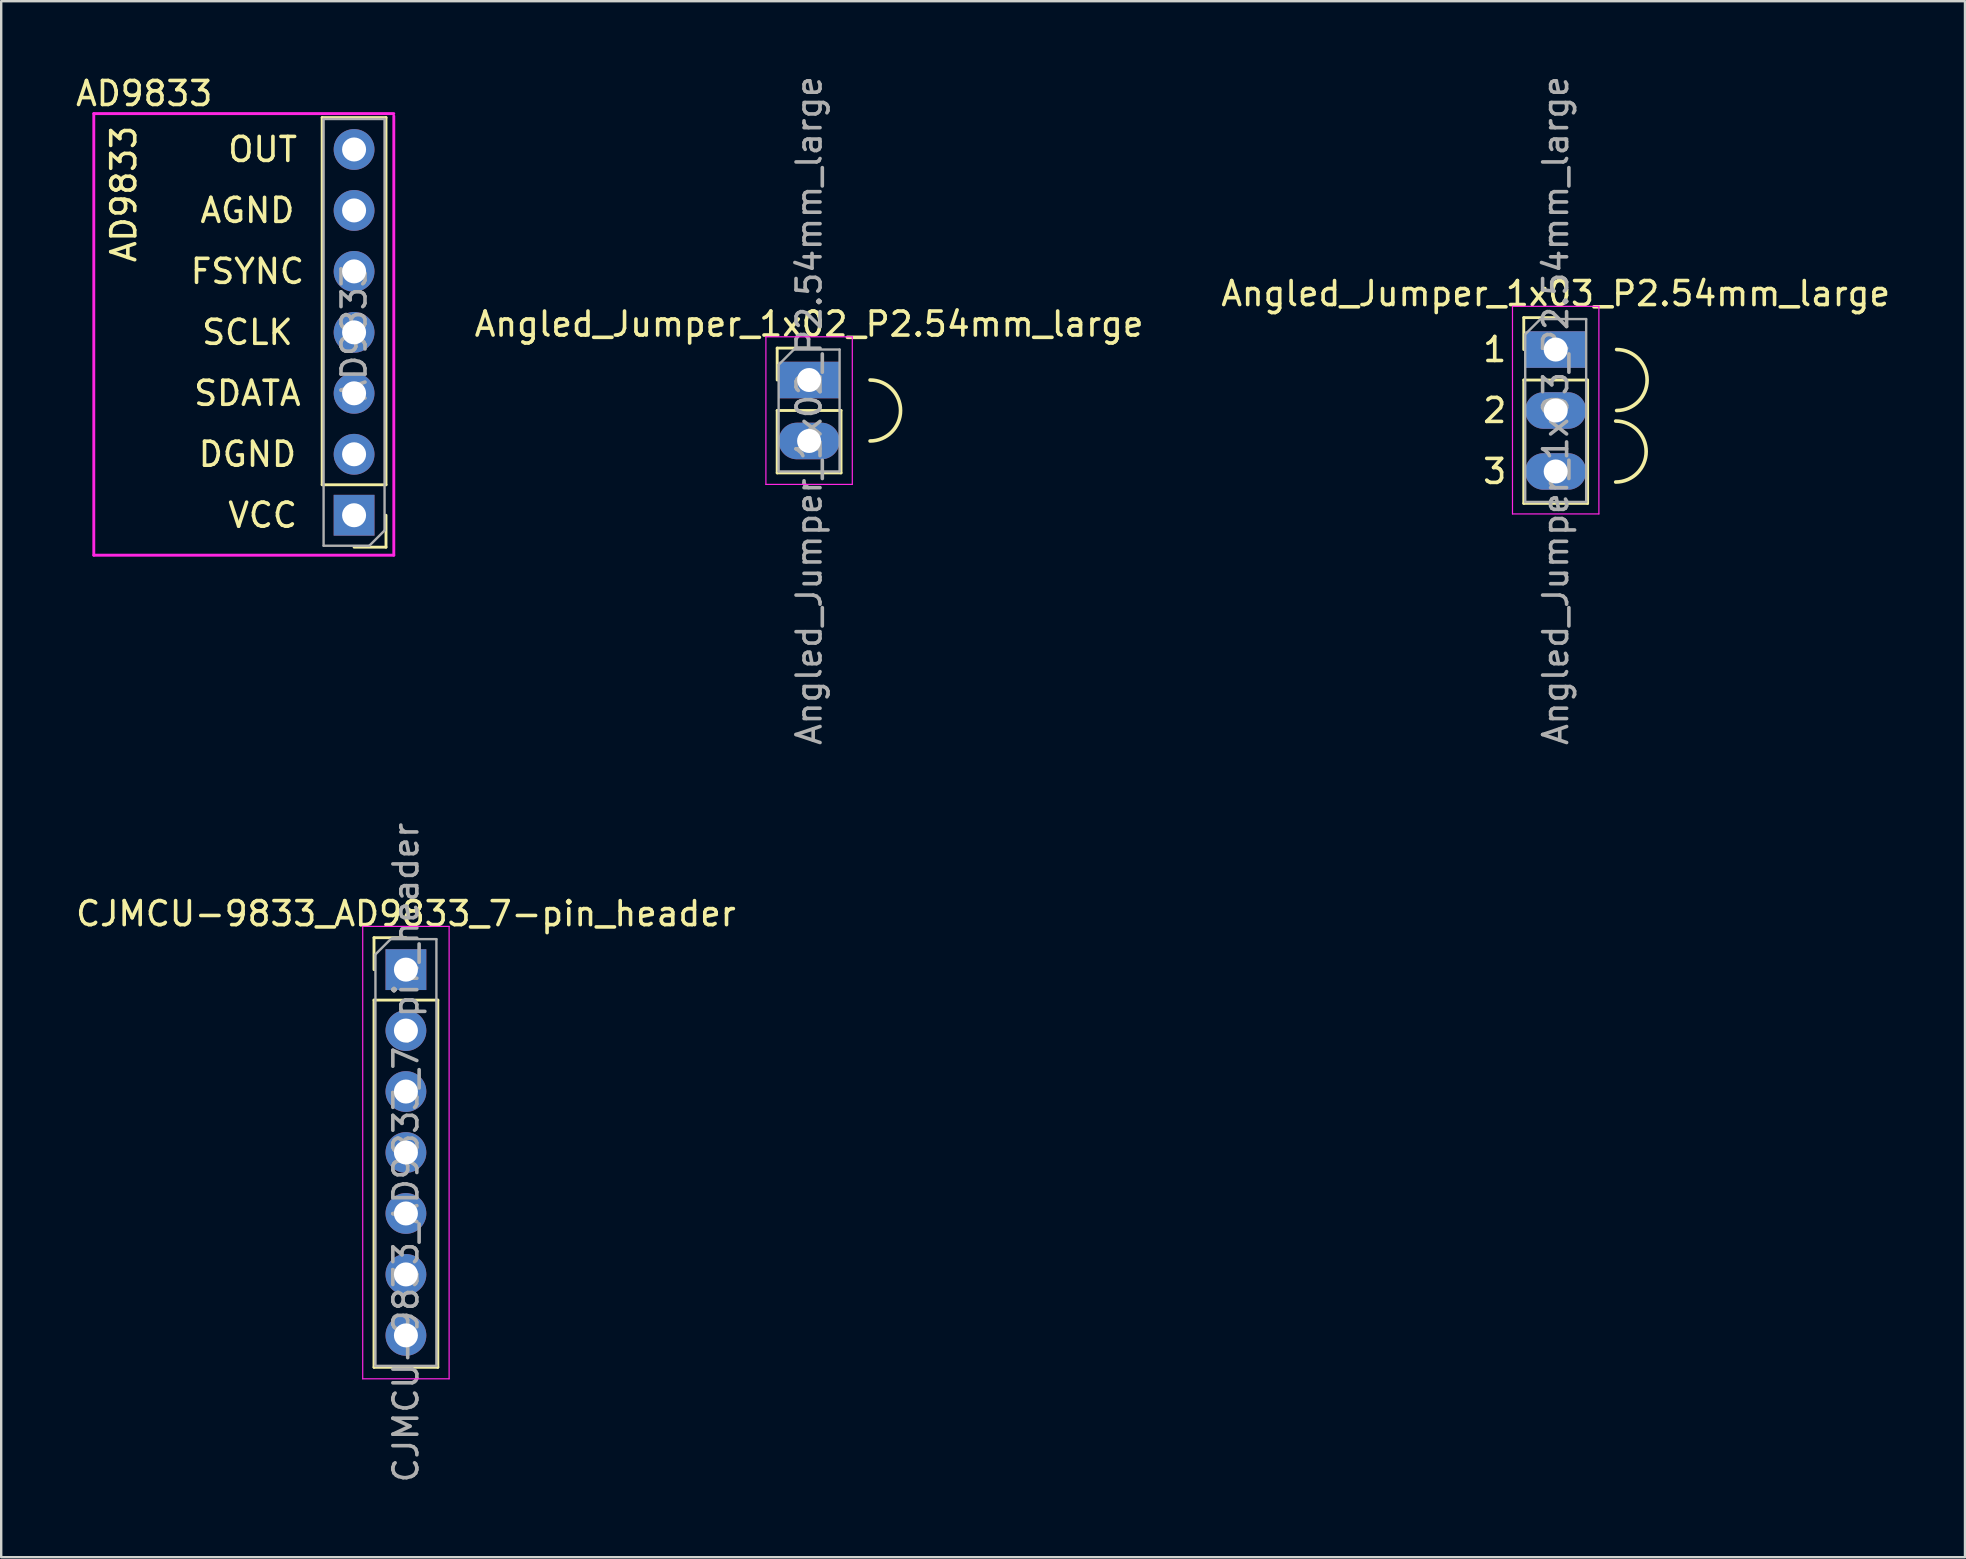
<source format=kicad_pcb>
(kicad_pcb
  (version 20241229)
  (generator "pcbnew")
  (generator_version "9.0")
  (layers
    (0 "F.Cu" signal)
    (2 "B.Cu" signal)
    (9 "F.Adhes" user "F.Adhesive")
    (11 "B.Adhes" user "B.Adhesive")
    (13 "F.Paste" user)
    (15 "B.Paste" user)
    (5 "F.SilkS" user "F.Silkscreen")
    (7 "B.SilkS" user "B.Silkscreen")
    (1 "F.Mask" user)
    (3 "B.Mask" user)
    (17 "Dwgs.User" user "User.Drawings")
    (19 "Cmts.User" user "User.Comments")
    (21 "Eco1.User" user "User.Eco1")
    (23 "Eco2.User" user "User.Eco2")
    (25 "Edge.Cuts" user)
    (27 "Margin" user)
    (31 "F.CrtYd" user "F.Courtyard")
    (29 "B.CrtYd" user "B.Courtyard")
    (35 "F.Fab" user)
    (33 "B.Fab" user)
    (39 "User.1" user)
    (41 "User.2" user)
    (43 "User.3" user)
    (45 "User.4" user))
  (footprint "AD9833"
    (layer "F.Cu")
    (at 13.358 1.783)
    (property "Reference" "AD9833" (at -10.4 -0.935 0) (layer "F.SilkS") (effects (font (size 1 1) (thickness 0.15))))
    (attr through_hole)
    (fp_line (start -2.985 15.365) (end -2.985 0.065) (stroke (width 0.12) (type solid)) (layer "F.SilkS"))
    (fp_line (start -0.325 0.065) (end -2.985 0.065) (stroke (width 0.12) (type solid)) (layer "F.SilkS"))
    (fp_line (start -0.325 15.365) (end -2.985 15.365) (stroke (width 0.12) (type solid)) (layer "F.SilkS"))
    (fp_line (start -0.325 15.365) (end -0.325 0.065) (stroke (width 0.12) (type solid)) (layer "F.SilkS"))
    (fp_line (start -0.325 16.635) (end -0.325 17.965) (stroke (width 0.12) (type solid)) (layer "F.SilkS"))
    (fp_line (start -0.325 17.965) (end -1.655 17.965) (stroke (width 0.12) (type solid)) (layer "F.SilkS"))
    (fp_line (start -12.5 -0.1) (end 0 -0.1) (stroke (width 0.12) (type solid)) (layer "F.CrtYd"))
    (fp_line (start -12.5 18.3) (end -12.5 -0.1) (stroke (width 0.12) (type solid)) (layer "F.CrtYd"))
    (fp_line (start 0 0) (end 0 18.3) (stroke (width 0.12) (type solid)) (layer "F.CrtYd"))
    (fp_line (start 0 18.3) (end -12.5 18.3) (stroke (width 0.12) (type solid)) (layer "F.CrtYd"))
    (fp_line (start -2.925 0.125) (end -0.385 0.125) (stroke (width 0.1) (type solid)) (layer "F.Fab"))
    (fp_line (start -2.925 17.905) (end -2.925 0.125) (stroke (width 0.1) (type solid)) (layer "F.Fab"))
    (fp_line (start -1.02 17.905) (end -2.925 17.905) (stroke (width 0.1) (type solid)) (layer "F.Fab"))
    (fp_line (start -0.385 0.125) (end -0.385 17.27) (stroke (width 0.1) (type solid)) (layer "F.Fab"))
    (fp_line (start -0.385 17.27) (end -1.02 17.905) (stroke (width 0.1) (type solid)) (layer "F.Fab"))
    (fp_text user "SCLK" (at -6.1 9.015 0) (layer "F.SilkS") (effects (font (size 1 1) (thickness 0.15))))
    (fp_text user "OUT" (at -5.465 1.395 0) (layer "F.SilkS") (effects (font (size 1 1) (thickness 0.15))))
    (fp_text user "SDATA" (at -6.1 11.555 0) (layer "F.SilkS") (effects (font (size 1 1) (thickness 0.15))))
    (fp_text user "AD9833" (at -11.25 3.25 90) (layer "F.SilkS") (effects (font (size 1 1) (thickness 0.15))))
    (fp_text user "VCC" (at -5.465 16.635 0) (layer "F.SilkS") (effects (font (size 1 1) (thickness 0.15))))
    (fp_text user "DGND" (at -6.1 14.095 0) (layer "F.SilkS") (effects (font (size 1 1) (thickness 0.15))))
    (fp_text user "AGND" (at -6.1 3.935 0) (layer "F.SilkS") (effects (font (size 1 1) (thickness 0.15))))
    (fp_text user "FSYNC" (at -6.1 6.475 0) (layer "F.SilkS") (effects (font (size 1 1) (thickness 0.15))))
    (fp_text user "${REFERENCE}" (at -1.655 9.015 270) (layer "F.Fab") (effects (font (size 1 1) (thickness 0.15))))
    (pad "1" thru_hole rect (at -1.655 16.635 180) (size 1.7 1.7) (drill 1) (layers "*.Cu" "*.Mask"))
    (pad "2" thru_hole oval (at -1.655 14.095 180) (size 1.7 1.7) (drill 1) (layers "*.Cu" "*.Mask"))
    (pad "3" thru_hole oval (at -1.655 11.555 180) (size 1.7 1.7) (drill 1) (layers "*.Cu" "*.Mask"))
    (pad "4" thru_hole oval (at -1.655 9.015 180) (size 1.7 1.7) (drill 1) (layers "*.Cu" "*.Mask"))
    (pad "5" thru_hole oval (at -1.655 6.475 180) (size 1.7 1.7) (drill 1) (layers "*.Cu" "*.Mask"))
    (pad "6" thru_hole oval (at -1.655 3.935 180) (size 1.7 1.7) (drill 1) (layers "*.Cu" "*.Mask"))
    (pad "7" thru_hole oval (at -1.655 1.395 180) (size 1.7 1.7) (drill 1) (layers "*.Cu" "*.Mask")))
  (footprint "Angled_Jumper_1x02_P2.54mm_large"
    (layer "F.Cu")
    (at 30.662 12.784)
    (property "Reference" "Angled_Jumper_1x02_P2.54mm_large" (at 0 -2.33 0) (layer "F.SilkS") (effects (font (size 1 1) (thickness 0.15))))
    (attr through_hole)
    (fp_line (start -1.33 -1.33) (end 0 -1.33) (stroke (width 0.12) (type solid)) (layer "F.SilkS"))
    (fp_line (start -1.33 0) (end -1.33 -1.33) (stroke (width 0.12) (type solid)) (layer "F.SilkS"))
    (fp_line (start -1.33 1.27) (end -1.33 3.87) (stroke (width 0.12) (type solid)) (layer "F.SilkS"))
    (fp_line (start -1.33 1.27) (end 1.33 1.27) (stroke (width 0.12) (type solid)) (layer "F.SilkS"))
    (fp_line (start -1.33 3.87) (end 1.33 3.87) (stroke (width 0.12) (type solid)) (layer "F.SilkS"))
    (fp_line (start 1.33 1.27) (end 1.33 3.87) (stroke (width 0.12) (type solid)) (layer "F.SilkS"))
    (fp_arc (start 2.54 0) (mid 3.81 1.27) (end 2.54 2.54) (stroke (width 0.15) (type solid)) (layer "F.SilkS"))
    (fp_line (start -1.8 -1.8) (end -1.8 4.35) (stroke (width 0.05) (type solid)) (layer "F.CrtYd"))
    (fp_line (start -1.8 4.35) (end 1.8 4.35) (stroke (width 0.05) (type solid)) (layer "F.CrtYd"))
    (fp_line (start 1.8 -1.8) (end -1.8 -1.8) (stroke (width 0.05) (type solid)) (layer "F.CrtYd"))
    (fp_line (start 1.8 4.35) (end 1.8 -1.8) (stroke (width 0.05) (type solid)) (layer "F.CrtYd"))
    (fp_line (start -1.27 -0.635) (end -0.635 -1.27) (stroke (width 0.1) (type solid)) (layer "F.Fab"))
    (fp_line (start -1.27 3.81) (end -1.27 -0.635) (stroke (width 0.1) (type solid)) (layer "F.Fab"))
    (fp_line (start -0.635 -1.27) (end 1.27 -1.27) (stroke (width 0.1) (type solid)) (layer "F.Fab"))
    (fp_line (start 1.27 -1.27) (end 1.27 3.81) (stroke (width 0.1) (type solid)) (layer "F.Fab"))
    (fp_line (start 1.27 3.81) (end -1.27 3.81) (stroke (width 0.1) (type solid)) (layer "F.Fab"))
    (fp_text user "${REFERENCE}" (at 0 1.27 90) (layer "F.Fab") (effects (font (size 1 1) (thickness 0.15))))
    (pad "1" thru_hole rect (at 0 0) (size 2.54 1.524) (drill 1) (layers "*.Cu" "*.Mask"))
    (pad "2" thru_hole oval (at 0 2.54) (size 2.54 1.524) (drill 1) (layers "*.Cu" "*.Mask")))
  (footprint "CJMCU-9833_AD9833_7-pin_header"
    (layer "F.Cu")
    (at 13.863 37.35)
    (property "Reference" "CJMCU-9833_AD9833_7-pin_header" (at 0 -2.33 0) (layer "F.SilkS") (effects (font (size 1 1) (thickness 0.15))))
    (attr through_hole)
    (fp_line (start -1.33 -1.33) (end 0 -1.33) (stroke (width 0.12) (type solid)) (layer "F.SilkS"))
    (fp_line (start -1.33 0) (end -1.33 -1.33) (stroke (width 0.12) (type solid)) (layer "F.SilkS"))
    (fp_line (start -1.33 1.27) (end -1.33 16.57) (stroke (width 0.12) (type solid)) (layer "F.SilkS"))
    (fp_line (start -1.33 1.27) (end 1.33 1.27) (stroke (width 0.12) (type solid)) (layer "F.SilkS"))
    (fp_line (start -1.33 16.57) (end 1.33 16.57) (stroke (width 0.12) (type solid)) (layer "F.SilkS"))
    (fp_line (start 1.33 1.27) (end 1.33 16.57) (stroke (width 0.12) (type solid)) (layer "F.SilkS"))
    (fp_line (start -1.8 -1.8) (end -1.8 17.05) (stroke (width 0.05) (type solid)) (layer "F.CrtYd"))
    (fp_line (start -1.8 17.05) (end 1.8 17.05) (stroke (width 0.05) (type solid)) (layer "F.CrtYd"))
    (fp_line (start 1.8 -1.8) (end -1.8 -1.8) (stroke (width 0.05) (type solid)) (layer "F.CrtYd"))
    (fp_line (start 1.8 17.05) (end 1.8 -1.8) (stroke (width 0.05) (type solid)) (layer "F.CrtYd"))
    (fp_line (start -1.27 -0.635) (end -0.635 -1.27) (stroke (width 0.1) (type solid)) (layer "F.Fab"))
    (fp_line (start -1.27 16.51) (end -1.27 -0.635) (stroke (width 0.1) (type solid)) (layer "F.Fab"))
    (fp_line (start -0.635 -1.27) (end 1.27 -1.27) (stroke (width 0.1) (type solid)) (layer "F.Fab"))
    (fp_line (start 1.27 -1.27) (end 1.27 16.51) (stroke (width 0.1) (type solid)) (layer "F.Fab"))
    (fp_line (start 1.27 16.51) (end -1.27 16.51) (stroke (width 0.1) (type solid)) (layer "F.Fab"))
    (fp_text user "${REFERENCE}" (at 0 7.62 90) (layer "F.Fab") (effects (font (size 1 1) (thickness 0.15))))
    (pad "1" thru_hole rect (at 0 0) (size 1.7 1.7) (drill 1) (layers "*.Cu" "*.Mask"))
    (pad "2" thru_hole oval (at 0 2.54) (size 1.7 1.7) (drill 1) (layers "*.Cu" "*.Mask"))
    (pad "3" thru_hole oval (at 0 5.08) (size 1.7 1.7) (drill 1) (layers "*.Cu" "*.Mask"))
    (pad "4" thru_hole oval (at 0 7.62) (size 1.7 1.7) (drill 1) (layers "*.Cu" "*.Mask"))
    (pad "5" thru_hole oval (at 0 10.16) (size 1.7 1.7) (drill 1) (layers "*.Cu" "*.Mask"))
    (pad "6" thru_hole oval (at 0 12.7) (size 1.7 1.7) (drill 1) (layers "*.Cu" "*.Mask"))
    (pad "7" thru_hole oval (at 0 15.24) (size 1.7 1.7) (drill 1) (layers "*.Cu" "*.Mask")))
  (footprint "Angled_Jumper_1x03_P2.54mm_large"
    (layer "F.Cu")
    (at 61.769 11.514)
    (property "Reference" "Angled_Jumper_1x03_P2.54mm_large" (at 0 -2.33 0) (layer "F.SilkS") (effects (font (size 1 1) (thickness 0.15))))
    (attr through_hole)
    (fp_line (start -1.33 -1.33) (end 0 -1.33) (stroke (width 0.12) (type solid)) (layer "F.SilkS"))
    (fp_line (start -1.33 0) (end -1.33 -1.33) (stroke (width 0.12) (type solid)) (layer "F.SilkS"))
    (fp_line (start -1.33 1.27) (end -1.33 6.41) (stroke (width 0.12) (type solid)) (layer "F.SilkS"))
    (fp_line (start -1.33 1.27) (end 1.33 1.27) (stroke (width 0.12) (type solid)) (layer "F.SilkS"))
    (fp_line (start -1.33 6.41) (end 1.33 6.41) (stroke (width 0.12) (type solid)) (layer "F.SilkS"))
    (fp_line (start 1.33 1.27) (end 1.33 6.41) (stroke (width 0.12) (type solid)) (layer "F.SilkS"))
    (fp_arc (start 2.5 2.98) (mid 3.77 4.25) (end 2.5 5.52) (stroke (width 0.15) (type solid)) (layer "F.SilkS"))
    (fp_arc (start 2.54 0) (mid 3.81 1.27) (end 2.54 2.54) (stroke (width 0.15) (type solid)) (layer "F.SilkS"))
    (fp_line (start -1.8 -1.8) (end -1.8 6.85) (stroke (width 0.05) (type solid)) (layer "F.CrtYd"))
    (fp_line (start -1.8 6.85) (end 1.8 6.85) (stroke (width 0.05) (type solid)) (layer "F.CrtYd"))
    (fp_line (start 1.8 -1.8) (end -1.8 -1.8) (stroke (width 0.05) (type solid)) (layer "F.CrtYd"))
    (fp_line (start 1.8 6.85) (end 1.8 -1.8) (stroke (width 0.05) (type solid)) (layer "F.CrtYd"))
    (fp_line (start -1.27 -0.635) (end -0.635 -1.27) (stroke (width 0.1) (type solid)) (layer "F.Fab"))
    (fp_line (start -1.27 6.35) (end -1.27 -0.635) (stroke (width 0.1) (type solid)) (layer "F.Fab"))
    (fp_line (start -0.635 -1.27) (end 1.27 -1.27) (stroke (width 0.1) (type solid)) (layer "F.Fab"))
    (fp_line (start 1.27 -1.27) (end 1.27 6.35) (stroke (width 0.1) (type solid)) (layer "F.Fab"))
    (fp_line (start 1.27 6.35) (end -1.27 6.35) (stroke (width 0.1) (type solid)) (layer "F.Fab"))
    (fp_text user "2" (at -2.54 2.54 0) (unlocked yes) (layer "F.SilkS") (effects (font (size 1 1) (thickness 0.15))))
    (fp_text user "3" (at -2.54 5.08 0) (unlocked yes) (layer "F.SilkS") (effects (font (size 1 1) (thickness 0.15))))
    (fp_text user "1" (at -2.54 0 0) (unlocked yes) (layer "F.SilkS") (effects (font (size 1 1) (thickness 0.15))))
    (fp_text user "${REFERENCE}" (at 0 2.54 90) (layer "F.Fab") (effects (font (size 1 1) (thickness 0.15))))
    (pad "1" thru_hole rect (at 0 0) (size 2.54 1.524) (drill 1) (layers "*.Cu" "*.Mask"))
    (pad "2" thru_hole oval (at 0 2.54) (size 2.54 1.524) (drill 1) (layers "*.Cu" "*.Mask"))
    (pad "3" thru_hole oval (at 0 5.08) (size 2.54 1.524) (drill 1) (layers "*.Cu" "*.Mask")))
  (gr_rect
    (start -3 -3)
    (end 78.823 61.833)
    (stroke (width 0.1) (type default))
    (fill no)
    (layer "Edge.Cuts")))
</source>
